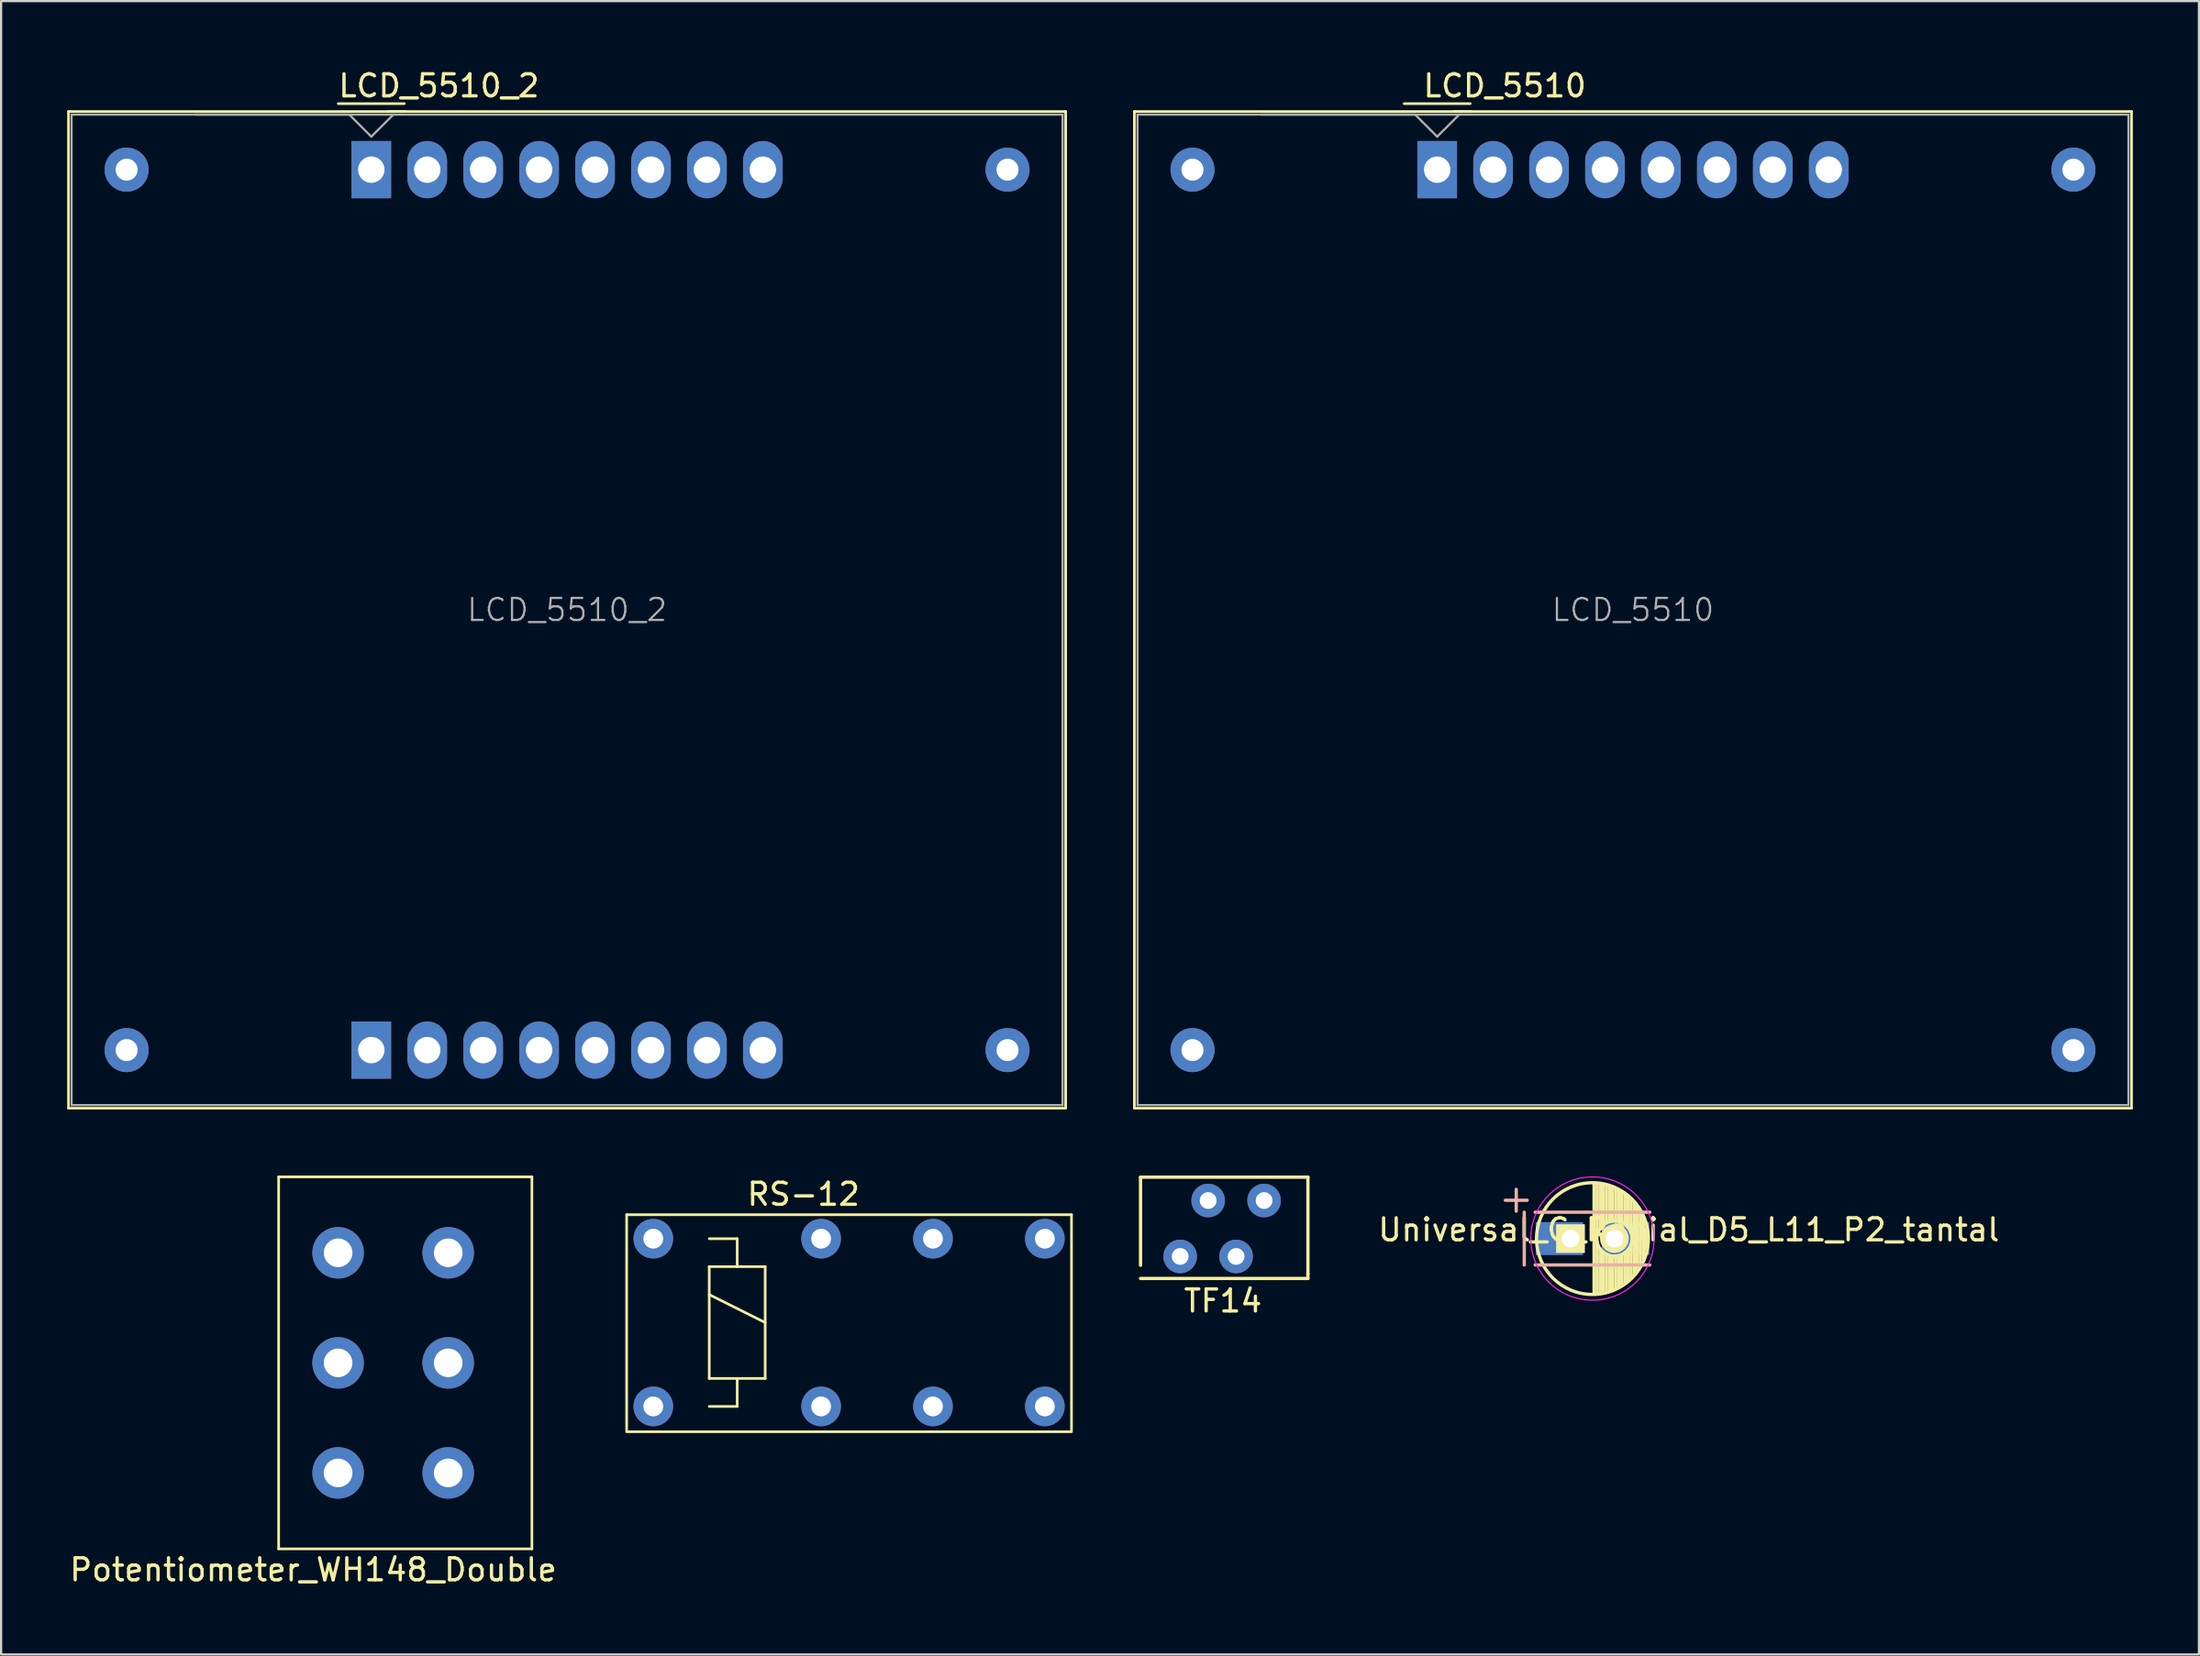
<source format=kicad_pcb>
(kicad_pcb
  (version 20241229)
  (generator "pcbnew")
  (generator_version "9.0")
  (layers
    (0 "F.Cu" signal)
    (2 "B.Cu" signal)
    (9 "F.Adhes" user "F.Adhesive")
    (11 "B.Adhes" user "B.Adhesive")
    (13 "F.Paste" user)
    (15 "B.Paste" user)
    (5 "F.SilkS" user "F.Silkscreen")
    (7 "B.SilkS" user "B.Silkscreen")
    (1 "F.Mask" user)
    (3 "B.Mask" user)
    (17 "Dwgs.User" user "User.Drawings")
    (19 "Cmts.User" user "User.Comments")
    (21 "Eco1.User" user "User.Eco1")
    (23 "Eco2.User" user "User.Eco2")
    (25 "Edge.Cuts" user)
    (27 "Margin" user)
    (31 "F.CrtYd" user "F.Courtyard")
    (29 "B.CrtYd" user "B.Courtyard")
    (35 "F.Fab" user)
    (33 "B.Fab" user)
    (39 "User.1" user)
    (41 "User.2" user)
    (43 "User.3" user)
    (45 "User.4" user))
  (footprint "LCD_5510"
    (layer "F.Cu")
    (at 71.1 4.658)
    (property "Reference" "LCD_5510" (at -5.82 -3.81 0) (layer "F.SilkS") (effects (font (size 1 1) (thickness 0.15))))
    (attr through_hole)
    (fp_line (start -22.64 -2.64) (end -22.64 42.64) (stroke (width 0.12) (type solid)) (layer "F.SilkS"))
    (fp_line (start -22.64 42.64) (end 22.64 42.64) (stroke (width 0.12) (type solid)) (layer "F.SilkS"))
    (fp_line (start -10.39 -3) (end -7.39 -3) (stroke (width 0.12) (type solid)) (layer "F.SilkS"))
    (fp_line (start -8.13 -2.64) (end -7.34 -2.64) (stroke (width 0.12) (type solid)) (layer "F.SilkS"))
    (fp_line (start 22.64 -2.64) (end -22.64 -2.64) (stroke (width 0.12) (type solid)) (layer "F.SilkS"))
    (fp_line (start 22.64 -2.64) (end 22.64 42.64) (stroke (width 0.12) (type solid)) (layer "F.SilkS"))
    (fp_line (start -22.5 42.5) (end -22.5 -2.5) (stroke (width 0.1) (type solid)) (layer "F.Fab"))
    (fp_line (start -9.89 -2.5) (end -16.89 -2.5) (stroke (width 0.1) (type solid)) (layer "F.Fab"))
    (fp_line (start -8.89 -1.5) (end -9.89 -2.5) (stroke (width 0.1) (type solid)) (layer "F.Fab"))
    (fp_line (start -7.89 -2.5) (end -8.89 -1.5) (stroke (width 0.1) (type solid)) (layer "F.Fab"))
    (fp_line (start 22.5 -2.5) (end -22.5 -2.5) (stroke (width 0.1) (type solid)) (layer "F.Fab"))
    (fp_line (start 22.5 -2.5) (end 22.5 42.5) (stroke (width 0.1) (type solid)) (layer "F.Fab"))
    (fp_line (start 22.5 42.5) (end -22.5 42.5) (stroke (width 0.1) (type solid)) (layer "F.Fab"))
    (fp_text user "${REFERENCE}" (at 0 20 0) (layer "F.Fab") (effects (font (size 1 1) (thickness 0.1))))
    (pad "" thru_hole circle (at -20 0) (size 2 2) (drill 1) (layers "*.Cu" "*.Mask"))
    (pad "" thru_hole circle (at -20 40) (size 2 2) (drill 1) (layers "*.Cu" "*.Mask"))
    (pad "" thru_hole circle (at 20 0) (size 2 2) (drill 1) (layers "*.Cu" "*.Mask"))
    (pad "" thru_hole circle (at 20 40) (size 2 2) (drill 1) (layers "*.Cu" "*.Mask"))
    (pad "1" thru_hole rect (at -8.89 0) (size 1.8 2.6) (drill 1.2) (layers "*.Cu" "*.Mask"))
    (pad "2" thru_hole oval (at -6.35 0) (size 1.8 2.6) (drill 1.2) (layers "*.Cu" "*.Mask"))
    (pad "3" thru_hole oval (at -3.81 0) (size 1.8 2.6) (drill 1.2) (layers "*.Cu" "*.Mask"))
    (pad "4" thru_hole oval (at -1.27 0) (size 1.8 2.6) (drill 1.2) (layers "*.Cu" "*.Mask"))
    (pad "5" thru_hole oval (at 1.27 0) (size 1.8 2.6) (drill 1.2) (layers "*.Cu" "*.Mask"))
    (pad "6" thru_hole oval (at 3.81 0) (size 1.8 2.6) (drill 1.2) (layers "*.Cu" "*.Mask"))
    (pad "7" thru_hole oval (at 6.35 0) (size 1.8 2.6) (drill 1.2) (layers "*.Cu" "*.Mask"))
    (pad "8" thru_hole oval (at 8.89 0) (size 1.8 2.6) (drill 1.2) (layers "*.Cu" "*.Mask")))
  (footprint "LCD_5510_2"
    (layer "F.Cu")
    (at 22.7 4.658)
    (property "Reference" "LCD_5510_2" (at -5.82 -3.81 0) (layer "F.SilkS") (effects (font (size 1 1) (thickness 0.15))))
    (attr through_hole)
    (fp_line (start -22.64 -2.64) (end -22.64 42.64) (stroke (width 0.12) (type solid)) (layer "F.SilkS"))
    (fp_line (start -22.64 42.64) (end 22.64 42.64) (stroke (width 0.12) (type solid)) (layer "F.SilkS"))
    (fp_line (start -10.39 -3) (end -7.39 -3) (stroke (width 0.12) (type solid)) (layer "F.SilkS"))
    (fp_line (start -8.13 -2.64) (end -7.34 -2.64) (stroke (width 0.12) (type solid)) (layer "F.SilkS"))
    (fp_line (start 22.64 -2.64) (end -22.64 -2.64) (stroke (width 0.12) (type solid)) (layer "F.SilkS"))
    (fp_line (start 22.64 -2.64) (end 22.64 42.64) (stroke (width 0.12) (type solid)) (layer "F.SilkS"))
    (fp_line (start -22.5 42.5) (end -22.5 -2.5) (stroke (width 0.1) (type solid)) (layer "F.Fab"))
    (fp_line (start -9.89 -2.5) (end -16.89 -2.5) (stroke (width 0.1) (type solid)) (layer "F.Fab"))
    (fp_line (start -8.89 -1.5) (end -9.89 -2.5) (stroke (width 0.1) (type solid)) (layer "F.Fab"))
    (fp_line (start -7.89 -2.5) (end -8.89 -1.5) (stroke (width 0.1) (type solid)) (layer "F.Fab"))
    (fp_line (start 22.5 -2.5) (end -22.5 -2.5) (stroke (width 0.1) (type solid)) (layer "F.Fab"))
    (fp_line (start 22.5 -2.5) (end 22.5 42.5) (stroke (width 0.1) (type solid)) (layer "F.Fab"))
    (fp_line (start 22.5 42.5) (end -22.5 42.5) (stroke (width 0.1) (type solid)) (layer "F.Fab"))
    (fp_text user "${REFERENCE}" (at 0 20 0) (layer "F.Fab") (effects (font (size 1 1) (thickness 0.1))))
    (pad "" thru_hole circle (at -20 0) (size 2 2) (drill 1) (layers "*.Cu" "*.Mask"))
    (pad "" thru_hole circle (at -20 40) (size 2 2) (drill 1) (layers "*.Cu" "*.Mask"))
    (pad "" thru_hole circle (at 20 0) (size 2 2) (drill 1) (layers "*.Cu" "*.Mask"))
    (pad "" thru_hole circle (at 20 40) (size 2 2) (drill 1) (layers "*.Cu" "*.Mask"))
    (pad "1" thru_hole rect (at -8.89 0) (size 1.8 2.6) (drill 1.2) (layers "*.Cu" "*.Mask"))
    (pad "1" thru_hole rect (at -8.89 40) (size 1.8 2.6) (drill 1.2) (layers "*.Cu" "*.Mask"))
    (pad "2" thru_hole oval (at -6.35 0) (size 1.8 2.6) (drill 1.2) (layers "*.Cu" "*.Mask"))
    (pad "2" thru_hole oval (at -6.35 40) (size 1.8 2.6) (drill 1.2) (layers "*.Cu" "*.Mask"))
    (pad "3" thru_hole oval (at -3.81 0) (size 1.8 2.6) (drill 1.2) (layers "*.Cu" "*.Mask"))
    (pad "3" thru_hole oval (at -3.81 40) (size 1.8 2.6) (drill 1.2) (layers "*.Cu" "*.Mask"))
    (pad "4" thru_hole oval (at -1.27 0) (size 1.8 2.6) (drill 1.2) (layers "*.Cu" "*.Mask"))
    (pad "4" thru_hole oval (at -1.27 40) (size 1.8 2.6) (drill 1.2) (layers "*.Cu" "*.Mask"))
    (pad "5" thru_hole oval (at 1.27 0) (size 1.8 2.6) (drill 1.2) (layers "*.Cu" "*.Mask"))
    (pad "5" thru_hole oval (at 1.27 40) (size 1.8 2.6) (drill 1.2) (layers "*.Cu" "*.Mask"))
    (pad "6" thru_hole oval (at 3.81 0) (size 1.8 2.6) (drill 1.2) (layers "*.Cu" "*.Mask"))
    (pad "6" thru_hole oval (at 3.81 40) (size 1.8 2.6) (drill 1.2) (layers "*.Cu" "*.Mask"))
    (pad "7" thru_hole oval (at 6.35 0) (size 1.8 2.6) (drill 1.2) (layers "*.Cu" "*.Mask"))
    (pad "7" thru_hole oval (at 6.35 40) (size 1.8 2.6) (drill 1.2) (layers "*.Cu" "*.Mask"))
    (pad "8" thru_hole oval (at 8.89 0) (size 1.8 2.6) (drill 1.2) (layers "*.Cu" "*.Mask"))
    (pad "8" thru_hole oval (at 8.89 40) (size 1.8 2.6) (drill 1.2) (layers "*.Cu" "*.Mask")))
  (footprint "Universal_C_Radial_D5_L11_P2_tantal"
    (layer "F.Cu")
    (at 69.26 53.222)
    (property "Reference" "Universal_C_Radial_D5_L11_P2_tantal" (at 4.375 -0.4 0) (layer "F.SilkS") (effects (font (size 1 1) (thickness 0.15))))
    (attr through_hole)
    (fp_line (start 0.075 -2.499) (end 0.075 2.499) (stroke (width 0.15) (type solid)) (layer "F.SilkS"))
    (fp_line (start 0.215 -2.491) (end 0.215 -0.154) (stroke (width 0.15) (type solid)) (layer "F.SilkS"))
    (fp_line (start 0.215 0.154) (end 0.215 2.491) (stroke (width 0.15) (type solid)) (layer "F.SilkS"))
    (fp_line (start 0.355 -2.475) (end 0.355 -0.473) (stroke (width 0.15) (type solid)) (layer "F.SilkS"))
    (fp_line (start 0.355 0.473) (end 0.355 2.475) (stroke (width 0.15) (type solid)) (layer "F.SilkS"))
    (fp_line (start 0.495 -2.451) (end 0.495 -0.62) (stroke (width 0.15) (type solid)) (layer "F.SilkS"))
    (fp_line (start 0.495 0.62) (end 0.495 2.451) (stroke (width 0.15) (type solid)) (layer "F.SilkS"))
    (fp_line (start 0.635 -2.418) (end 0.635 -0.712) (stroke (width 0.15) (type solid)) (layer "F.SilkS"))
    (fp_line (start 0.635 0.712) (end 0.635 2.418) (stroke (width 0.15) (type solid)) (layer "F.SilkS"))
    (fp_line (start 0.775 -2.377) (end 0.775 -0.768) (stroke (width 0.15) (type solid)) (layer "F.SilkS"))
    (fp_line (start 0.775 0.768) (end 0.775 2.377) (stroke (width 0.15) (type solid)) (layer "F.SilkS"))
    (fp_line (start 0.915 -2.327) (end 0.915 -0.795) (stroke (width 0.15) (type solid)) (layer "F.SilkS"))
    (fp_line (start 0.915 0.795) (end 0.915 2.327) (stroke (width 0.15) (type solid)) (layer "F.SilkS"))
    (fp_line (start 1.055 -2.266) (end 1.055 -0.798) (stroke (width 0.15) (type solid)) (layer "F.SilkS"))
    (fp_line (start 1.055 0.798) (end 1.055 2.266) (stroke (width 0.15) (type solid)) (layer "F.SilkS"))
    (fp_line (start 1.195 -2.196) (end 1.195 -0.776) (stroke (width 0.15) (type solid)) (layer "F.SilkS"))
    (fp_line (start 1.195 0.776) (end 1.195 2.196) (stroke (width 0.15) (type solid)) (layer "F.SilkS"))
    (fp_line (start 1.335 -2.114) (end 1.335 -0.726) (stroke (width 0.15) (type solid)) (layer "F.SilkS"))
    (fp_line (start 1.335 0.726) (end 1.335 2.114) (stroke (width 0.15) (type solid)) (layer "F.SilkS"))
    (fp_line (start 1.475 -2.019) (end 1.475 -0.644) (stroke (width 0.15) (type solid)) (layer "F.SilkS"))
    (fp_line (start 1.475 0.644) (end 1.475 2.019) (stroke (width 0.15) (type solid)) (layer "F.SilkS"))
    (fp_line (start 1.615 -1.908) (end 1.615 -0.512) (stroke (width 0.15) (type solid)) (layer "F.SilkS"))
    (fp_line (start 1.615 0.512) (end 1.615 1.908) (stroke (width 0.15) (type solid)) (layer "F.SilkS"))
    (fp_line (start 1.755 -1.78) (end 1.755 -0.265) (stroke (width 0.15) (type solid)) (layer "F.SilkS"))
    (fp_line (start 1.755 0.265) (end 1.755 1.78) (stroke (width 0.15) (type solid)) (layer "F.SilkS"))
    (fp_line (start 1.895 -1.631) (end 1.895 1.631) (stroke (width 0.15) (type solid)) (layer "F.SilkS"))
    (fp_line (start 2.035 -1.452) (end 2.035 1.452) (stroke (width 0.15) (type solid)) (layer "F.SilkS"))
    (fp_line (start 2.175 -1.233) (end 2.175 1.233) (stroke (width 0.15) (type solid)) (layer "F.SilkS"))
    (fp_line (start 2.315 -0.944) (end 2.315 0.944) (stroke (width 0.15) (type solid)) (layer "F.SilkS"))
    (fp_line (start 2.455 -0.472) (end 2.455 0.472) (stroke (width 0.15) (type solid)) (layer "F.SilkS"))
    (fp_circle (center 0 0) (end 0 -2.538) (stroke (width 0.15) (type solid)) (fill no) (layer "F.SilkS"))
    (fp_circle (center 1 0) (end 1 -0.8) (stroke (width 0.15) (type solid)) (fill no) (layer "F.SilkS"))
    (fp_line (start -3.096 -1.199) (end -3.096 1.199) (stroke (width 0.15) (type solid)) (layer "B.SilkS"))
    (fp_line (start 2.601 -1.199) (end -2.601 -1.199) (stroke (width 0.15) (type solid)) (layer "B.SilkS"))
    (fp_line (start 2.601 1.199) (end -2.601 1.199) (stroke (width 0.15) (type solid)) (layer "B.SilkS"))
    (fp_circle (center 0 0) (end 0 -2.8) (stroke (width 0.05) (type solid)) (fill no) (layer "F.CrtYd"))
    (fp_text user "+" (at -3.46 -1.84 0) (layer "B.SilkS") (effects (font (size 1.3 1.3) (thickness 0.15)) (justify mirror)))
    (pad "1" smd rect (at -1.501 0) (size 2.149 1.501) (layers "B.Cu" "B.Mask" "B.Paste"))
    (pad "1" thru_hole rect (at -1 0) (size 1.3 1.3) (drill 0.8) (layers "*.Cu" "*.Mask" "F.SilkS"))
    (pad "2" thru_hole circle (at 1 0) (size 1.3 1.3) (drill 0.8) (layers "*.Cu" "*.Mask" "F.SilkS"))
    (pad "2" smd rect (at 1.501 0) (size 2.149 1.501) (layers "B.Cu" "B.Mask" "B.Paste")))
  (footprint "Potentiometer_WH148_Double"
    (layer "F.Cu")
    (at 17.303 63.868)
    (property "Reference" "Potentiometer_WH148_Double" (at -6.13 4.4 0) (layer "F.SilkS") (effects (font (size 1 1) (thickness 0.15))))
    (attr through_hole)
    (fp_line (start -7.7 -13.45) (end -7.7 3.45) (stroke (width 0.12) (type solid)) (layer "F.SilkS"))
    (fp_line (start -7.7 -13.45) (end 3.8 -13.45) (stroke (width 0.12) (type solid)) (layer "F.SilkS"))
    (fp_line (start -7.7 3.45) (end 3.8 3.45) (stroke (width 0.12) (type solid)) (layer "F.SilkS"))
    (fp_line (start 3.8 -13.45) (end 3.8 3.45) (stroke (width 0.12) (type solid)) (layer "F.SilkS"))
    (pad "1" thru_hole circle (at 0 0) (size 2.34 2.34) (drill 1.3) (layers "*.Cu" "*.Mask"))
    (pad "2" thru_hole circle (at 0 -5) (size 2.34 2.34) (drill 1.3) (layers "*.Cu" "*.Mask"))
    (pad "3" thru_hole circle (at 0 -10) (size 2.34 2.34) (drill 1.3) (layers "*.Cu" "*.Mask"))
    (pad "4" thru_hole circle (at -5 0) (size 2.34 2.34) (drill 1.3) (layers "*.Cu" "*.Mask"))
    (pad "5" thru_hole circle (at -5 -5) (size 2.34 2.34) (drill 1.3) (layers "*.Cu" "*.Mask"))
    (pad "6" thru_hole circle (at -5 -10) (size 2.34 2.34) (drill 1.3) (layers "*.Cu" "*.Mask")))
  (footprint "RS-12"
    (layer "F.Cu")
    (at 26.615 53.227)
    (property "Reference" "RS-12" (at 6.82 -2.02 0) (layer "F.SilkS") (effects (font (size 1 1) (thickness 0.15))))
    (attr through_hole)
    (fp_line (start -1.21 -1.09) (end 18.99 -1.09) (stroke (width 0.12) (type solid)) (layer "F.SilkS"))
    (fp_line (start -1.21 8.71) (end -1.21 -1.09) (stroke (width 0.12) (type solid)) (layer "F.SilkS"))
    (fp_line (start 2.54 0) (end 3.81 0) (stroke (width 0.12) (type solid)) (layer "F.SilkS"))
    (fp_line (start 2.54 1.27) (end 3.81 1.27) (stroke (width 0.12) (type solid)) (layer "F.SilkS"))
    (fp_line (start 2.54 2.54) (end 5.08 3.81) (stroke (width 0.12) (type solid)) (layer "F.SilkS"))
    (fp_line (start 2.54 6.35) (end 2.54 1.27) (stroke (width 0.12) (type solid)) (layer "F.SilkS"))
    (fp_line (start 3.81 0) (end 3.81 1.27) (stroke (width 0.12) (type solid)) (layer "F.SilkS"))
    (fp_line (start 3.81 1.27) (end 5.08 1.27) (stroke (width 0.12) (type solid)) (layer "F.SilkS"))
    (fp_line (start 3.81 6.35) (end 3.81 7.62) (stroke (width 0.12) (type solid)) (layer "F.SilkS"))
    (fp_line (start 3.81 7.62) (end 2.54 7.62) (stroke (width 0.12) (type solid)) (layer "F.SilkS"))
    (fp_line (start 5.08 1.27) (end 5.08 6.35) (stroke (width 0.12) (type solid)) (layer "F.SilkS"))
    (fp_line (start 5.08 6.35) (end 2.54 6.35) (stroke (width 0.12) (type solid)) (layer "F.SilkS"))
    (fp_line (start 18.99 -1.09) (end 18.99 8.71) (stroke (width 0.12) (type solid)) (layer "F.SilkS"))
    (fp_line (start 18.99 8.77) (end -1.21 8.77) (stroke (width 0.12) (type solid)) (layer "F.SilkS"))
    (pad "1" thru_hole circle (at 17.78 0) (size 1.8 1.8) (drill 0.9) (layers "*.Cu" "*.Mask"))
    (pad "3" thru_hole circle (at 12.7 0) (size 1.8 1.8) (drill 0.9) (layers "*.Cu" "*.Mask"))
    (pad "5" thru_hole circle (at 7.62 0) (size 1.8 1.8) (drill 0.9) (layers "*.Cu" "*.Mask"))
    (pad "8" thru_hole circle (at 0 0) (size 1.8 1.8) (drill 0.9) (layers "*.Cu" "*.Mask"))
    (pad "9" thru_hole circle (at 0 7.62) (size 1.8 1.8) (drill 0.9) (layers "*.Cu" "*.Mask"))
    (pad "12" thru_hole circle (at 7.62 7.62) (size 1.8 1.8) (drill 0.9) (layers "*.Cu" "*.Mask"))
    (pad "14" thru_hole circle (at 12.7 7.62) (size 1.8 1.8) (drill 0.9) (layers "*.Cu" "*.Mask"))
    (pad "16" thru_hole circle (at 17.78 7.62) (size 1.8 1.8) (drill 0.9) (layers "*.Cu" "*.Mask")))
  (footprint "TF14"
    (layer "F.Cu")
    (at 50.54 54.033)
    (property "Reference" "TF14" (at 1.94 2.02 0) (layer "F.SilkS") (effects (font (size 1 1) (thickness 0.15))))
    (attr through_hole)
    (fp_line (start -1.8 -3.6) (end 5.8 -3.6) (stroke (width 0.15) (type solid)) (layer "F.SilkS"))
    (fp_line (start -1.8 0.4) (end -1.8 -3.6) (stroke (width 0.15) (type solid)) (layer "F.SilkS"))
    (fp_line (start 5.8 -3.6) (end 5.8 0.8) (stroke (width 0.15) (type solid)) (layer "F.SilkS"))
    (fp_line (start 5.8 1) (end -1.8 1) (stroke (width 0.15) (type solid)) (layer "F.SilkS"))
    (fp_line (start 5.8 1) (end 5.8 0.8) (stroke (width 0.15) (type solid)) (layer "F.SilkS"))
    (pad "1" thru_hole circle (at 0 0) (size 1.524 1.524) (drill 0.762) (layers "*.Cu" "*.Mask"))
    (pad "2" thru_hole circle (at 1.27 -2.54) (size 1.524 1.524) (drill 0.762) (layers "*.Cu" "*.Mask"))
    (pad "3" thru_hole circle (at 2.54 0) (size 1.524 1.524) (drill 0.762) (layers "*.Cu" "*.Mask"))
    (pad "4" thru_hole circle (at 3.81 -2.54) (size 1.524 1.524) (drill 0.762) (layers "*.Cu" "*.Mask")))
  (gr_rect
    (start -3 -3)
    (end 96.8 72.117)
    (stroke (width 0.1) (type default))
    (fill no)
    (layer "Edge.Cuts")))
</source>
